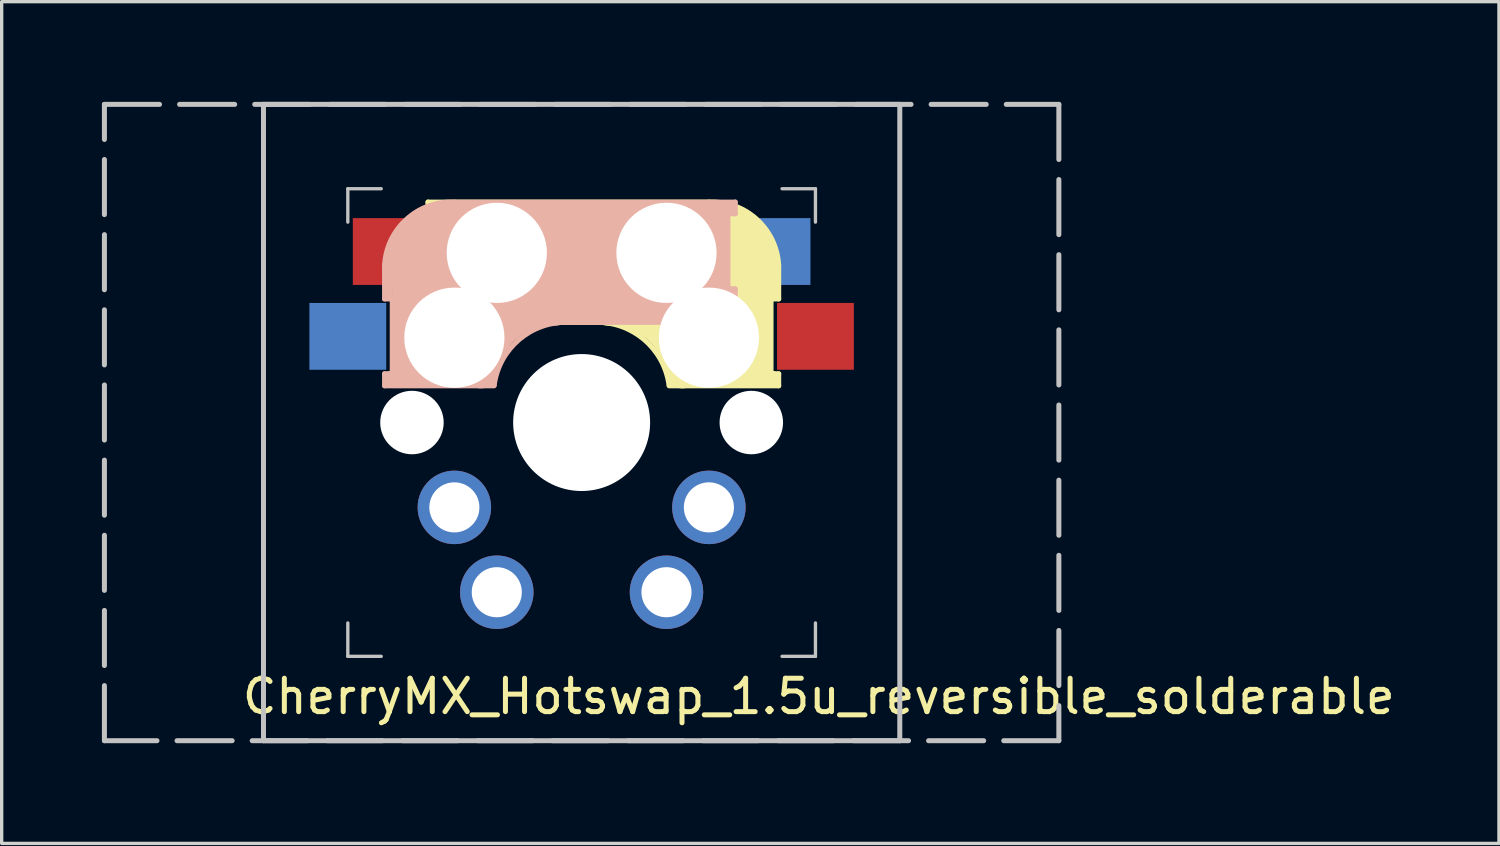
<source format=kicad_pcb>
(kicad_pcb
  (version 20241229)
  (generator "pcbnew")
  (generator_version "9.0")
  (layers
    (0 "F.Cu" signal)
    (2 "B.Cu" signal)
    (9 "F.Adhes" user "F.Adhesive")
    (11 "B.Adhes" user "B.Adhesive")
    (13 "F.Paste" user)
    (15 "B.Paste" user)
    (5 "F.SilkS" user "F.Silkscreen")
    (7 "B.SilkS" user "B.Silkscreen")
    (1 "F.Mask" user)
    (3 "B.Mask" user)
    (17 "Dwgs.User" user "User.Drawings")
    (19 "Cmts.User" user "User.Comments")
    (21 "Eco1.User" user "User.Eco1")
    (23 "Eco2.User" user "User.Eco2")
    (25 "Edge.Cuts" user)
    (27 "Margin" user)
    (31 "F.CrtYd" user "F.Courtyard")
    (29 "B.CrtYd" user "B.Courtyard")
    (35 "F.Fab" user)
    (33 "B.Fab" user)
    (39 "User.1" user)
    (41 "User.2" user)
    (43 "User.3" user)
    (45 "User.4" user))
  (footprint "CherryMX_Hotswap_1.5u_reversible_solderable"
    (layer "F.Cu")
    (at 14.363 9.6)
    (property "Reference" "CherryMX_Hotswap_1.5u_reversible_solderable" (at 7.1 8.2 0) (layer "F.SilkS") (effects (font (size 1 1) (thickness 0.15))))
    (attr through_hole)
    (fp_line (start -4.6 -6.6) (end 3.8 -6.6) (stroke (width 0.15) (type solid)) (layer "F.SilkS"))
    (fp_line (start -4.6 -6.25) (end -4.6 -6.6) (stroke (width 0.15) (type solid)) (layer "F.SilkS"))
    (fp_line (start -4.6 -4) (end -4.4 -4) (stroke (width 0.15) (type solid)) (layer "F.SilkS"))
    (fp_line (start -4.6 -3) (end -4.6 -4) (stroke (width 0.15) (type solid)) (layer "F.SilkS"))
    (fp_line (start -4.4 -6.4) (end -3 -6.4) (stroke (width 0.4) (type solid)) (layer "F.SilkS"))
    (fp_line (start -4.4 -6.25) (end -4.6 -6.25) (stroke (width 0.15) (type solid)) (layer "F.SilkS"))
    (fp_line (start -4.4 -3.9) (end -4.4 -3.2) (stroke (width 0.4) (type solid)) (layer "F.SilkS"))
    (fp_line (start -4.38 -4) (end -4.38 -6.25) (stroke (width 0.15) (type solid)) (layer "F.SilkS"))
    (fp_line (start -4.3 -3.3) (end -2.9 -3.3) (stroke (width 0.5) (type solid)) (layer "F.SilkS"))
    (fp_line (start -3.9 -6) (end -3.9 -3.5) (stroke (width 1) (type solid)) (layer "F.SilkS"))
    (fp_line (start -2.6 -4.8) (end 4.1 -4.8) (stroke (width 3.5) (type solid)) (layer "F.SilkS"))
    (fp_line (start 0.4 -3) (end -4.6 -3) (stroke (width 0.15) (type solid)) (layer "F.SilkS"))
    (fp_line (start 4.17 -5.1) (end 4.17 -2.86) (stroke (width 3) (type solid)) (layer "F.SilkS"))
    (fp_line (start 5.3 -1.6) (end 5.3 -3.4) (stroke (width 0.8) (type solid)) (layer "F.SilkS"))
    (fp_line (start 5.67 -3.7) (end 5.67 -1.46) (stroke (width 0.15) (type solid)) (layer "F.SilkS"))
    (fp_line (start 5.7 -1.46) (end 5.9 -1.46) (stroke (width 0.15) (type solid)) (layer "F.SilkS"))
    (fp_line (start 5.7 -1.3) (end 3 -1.3) (stroke (width 0.5) (type solid)) (layer "F.SilkS"))
    (fp_line (start 5.8 -3.8) (end 5.8 -4.7) (stroke (width 0.3) (type solid)) (layer "F.SilkS"))
    (fp_line (start 5.9 -4.7) (end 5.9 -3.7) (stroke (width 0.15) (type solid)) (layer "F.SilkS"))
    (fp_line (start 5.9 -3.7) (end 5.7 -3.7) (stroke (width 0.15) (type solid)) (layer "F.SilkS"))
    (fp_line (start 5.9 -1.1) (end 2.62 -1.1) (stroke (width 0.15) (type solid)) (layer "F.SilkS"))
    (fp_line (start 5.9 -1.1) (end 5.9 -1.46) (stroke (width 0.15) (type solid)) (layer "F.SilkS"))
    (fp_arc (start 0.4 -3) (mid 1.868709 -2.486118) (end 2.616318 -1.121471) (stroke (width 0.15) (type solid)) (layer "F.SilkS"))
    (fp_arc (start 0.8 -3.4) (mid 2.268709 -2.886118) (end 3.016318 -1.521471) (stroke (width 1) (type solid)) (layer "F.SilkS"))
    (fp_arc (start 3.8 -6.600001) (mid 5.243504 -6.084925) (end 5.900001 -4.7) (stroke (width 0.15) (type solid)) (layer "F.SilkS"))
    (fp_line (start -5.9 -4.7) (end -5.9 -3.7) (stroke (width 0.15) (type solid)) (layer "B.SilkS"))
    (fp_line (start -5.9 -3.7) (end -5.7 -3.7) (stroke (width 0.15) (type solid)) (layer "B.SilkS"))
    (fp_line (start -5.9 -1.1) (end -5.9 -1.46) (stroke (width 0.15) (type solid)) (layer "B.SilkS"))
    (fp_line (start -5.9 -1.1) (end -2.62 -1.1) (stroke (width 0.15) (type solid)) (layer "B.SilkS"))
    (fp_line (start -5.8 -3.8) (end -5.8 -4.7) (stroke (width 0.3) (type solid)) (layer "B.SilkS"))
    (fp_line (start -5.7 -1.46) (end -5.9 -1.46) (stroke (width 0.15) (type solid)) (layer "B.SilkS"))
    (fp_line (start -5.7 -1.3) (end -3 -1.3) (stroke (width 0.5) (type solid)) (layer "B.SilkS"))
    (fp_line (start -5.67 -3.7) (end -5.67 -1.46) (stroke (width 0.15) (type solid)) (layer "B.SilkS"))
    (fp_line (start -5.3 -1.6) (end -5.3 -3.4) (stroke (width 0.8) (type solid)) (layer "B.SilkS"))
    (fp_line (start -4.17 -5.1) (end -4.17 -2.86) (stroke (width 3) (type solid)) (layer "B.SilkS"))
    (fp_line (start -0.4 -3) (end 4.6 -3) (stroke (width 0.15) (type solid)) (layer "B.SilkS"))
    (fp_line (start 2.6 -4.8) (end -4.1 -4.8) (stroke (width 3.5) (type solid)) (layer "B.SilkS"))
    (fp_line (start 3.9 -6) (end 3.9 -3.5) (stroke (width 1) (type solid)) (layer "B.SilkS"))
    (fp_line (start 4.3 -3.3) (end 2.9 -3.3) (stroke (width 0.5) (type solid)) (layer "B.SilkS"))
    (fp_line (start 4.38 -4) (end 4.38 -6.25) (stroke (width 0.15) (type solid)) (layer "B.SilkS"))
    (fp_line (start 4.4 -6.4) (end 3 -6.4) (stroke (width 0.4) (type solid)) (layer "B.SilkS"))
    (fp_line (start 4.4 -6.25) (end 4.6 -6.25) (stroke (width 0.15) (type solid)) (layer "B.SilkS"))
    (fp_line (start 4.4 -3.9) (end 4.4 -3.2) (stroke (width 0.4) (type solid)) (layer "B.SilkS"))
    (fp_line (start 4.6 -6.6) (end -3.8 -6.6) (stroke (width 0.15) (type solid)) (layer "B.SilkS"))
    (fp_line (start 4.6 -6.25) (end 4.6 -6.6) (stroke (width 0.15) (type solid)) (layer "B.SilkS"))
    (fp_line (start 4.6 -4) (end 4.4 -4) (stroke (width 0.15) (type solid)) (layer "B.SilkS"))
    (fp_line (start 4.6 -3) (end 4.6 -4) (stroke (width 0.15) (type solid)) (layer "B.SilkS"))
    (fp_arc (start -5.9 -4.699999) (mid -5.243504 -6.084924) (end -3.800001 -6.6) (stroke (width 0.15) (type solid)) (layer "B.SilkS"))
    (fp_arc (start -3.016318 -1.521471) (mid -2.268709 -2.886118) (end -0.8 -3.4) (stroke (width 1) (type solid)) (layer "B.SilkS"))
    (fp_arc (start -2.616318 -1.121471) (mid -1.868709 -2.486118) (end -0.4 -3) (stroke (width 0.15) (type solid)) (layer "B.SilkS"))
    (fp_line (start -9.525 -9.525) (end 9.525 -9.525) (stroke (width 0.15) (type solid)) (layer "Dwgs.User"))
    (fp_line (start -9.525 9.525) (end -9.525 -9.525) (stroke (width 0.15) (type solid)) (layer "Dwgs.User"))
    (fp_line (start -7 -7) (end -7 -6) (stroke (width 0.1) (type default)) (layer "Dwgs.User"))
    (fp_line (start -7 6) (end -7 7) (stroke (width 0.1) (type default)) (layer "Dwgs.User"))
    (fp_line (start -7 7) (end -6 7) (stroke (width 0.1) (type default)) (layer "Dwgs.User"))
    (fp_line (start -6 -7) (end -7 -7) (stroke (width 0.1) (type default)) (layer "Dwgs.User"))
    (fp_line (start 6 7) (end 7 7) (stroke (width 0.1) (type default)) (layer "Dwgs.User"))
    (fp_line (start 7 -7) (end 6 -7) (stroke (width 0.1) (type default)) (layer "Dwgs.User"))
    (fp_line (start 7 -6) (end 7 -7) (stroke (width 0.1) (type default)) (layer "Dwgs.User"))
    (fp_line (start 7 7) (end 7 6) (stroke (width 0.1) (type default)) (layer "Dwgs.User"))
    (fp_line (start 9.525 -9.525) (end 9.525 9.525) (stroke (width 0.15) (type solid)) (layer "Dwgs.User"))
    (fp_line (start 9.525 9.525) (end -9.525 9.525) (stroke (width 0.15) (type solid)) (layer "Dwgs.User"))
    (fp_rect (start -14.287 -9.525) (end 14.287 9.525) (stroke (width 0.15) (type dash)) (fill no) (layer "Dwgs.User"))
    (pad "" np_thru_hole circle (at -5.08 0) (size 1.9 1.9) (drill 1.9) (layers "*.Cu" "*.Mask"))
    (pad "" np_thru_hole circle (at -3.81 -2.54 180) (size 3 3) (drill 3) (layers "*.Cu" "*.Mask"))
    (pad "" np_thru_hole circle (at -2.54 -5.08 180) (size 3 3) (drill 3) (layers "*.Cu" "*.Mask"))
    (pad "" np_thru_hole circle (at 0 0 90) (size 4.1 4.1) (drill 4.1) (layers "*.Cu" "*.Mask"))
    (pad "" np_thru_hole circle (at 2.54 -5.08 180) (size 3 3) (drill 3) (layers "*.Cu" "*.Mask"))
    (pad "" np_thru_hole circle (at 3.81 -2.54 180) (size 3 3) (drill 3) (layers "*.Cu" "*.Mask"))
    (pad "" np_thru_hole circle (at 5.08 0) (size 1.9 1.9) (drill 1.9) (layers "*.Cu" "*.Mask"))
    (pad "1" smd rect (at -7 -2.58 180) (size 2.3 2) (layers "B.Cu" "B.Mask" "B.Paste"))
    (pad "1" thru_hole circle (at -2.54 5.08 180) (size 2.2 2.2) (drill 1.5) (layers "*.Cu" "*.Mask"))
    (pad "1" thru_hole circle (at 2.54 5.08 180) (size 2.2 2.2) (drill 1.5) (layers "*.Cu" "*.Mask"))
    (pad "1" smd rect (at 7 -2.58 180) (size 2.3 2) (layers "F.Cu" "F.Mask" "F.Paste"))
    (pad "2" smd rect (at -5.7 -5.12 180) (size 2.3 2) (layers "F.Cu" "F.Mask" "F.Paste"))
    (pad "2" thru_hole circle (at -3.81 2.54 180) (size 2.2 2.2) (drill 1.5) (layers "*.Cu" "*.Mask"))
    (pad "2" thru_hole circle (at 3.81 2.54 180) (size 2.2 2.2) (drill 1.5) (layers "*.Cu" "*.Mask"))
    (pad "2" smd rect (at 5.7 -5.12 180) (size 2.3 2) (layers "B.Cu" "B.Mask" "B.Paste")))
  (gr_rect
    (start -3 -3)
    (end 41.826 22.2)
    (stroke (width 0.1) (type default))
    (fill no)
    (layer "Edge.Cuts")))
</source>
